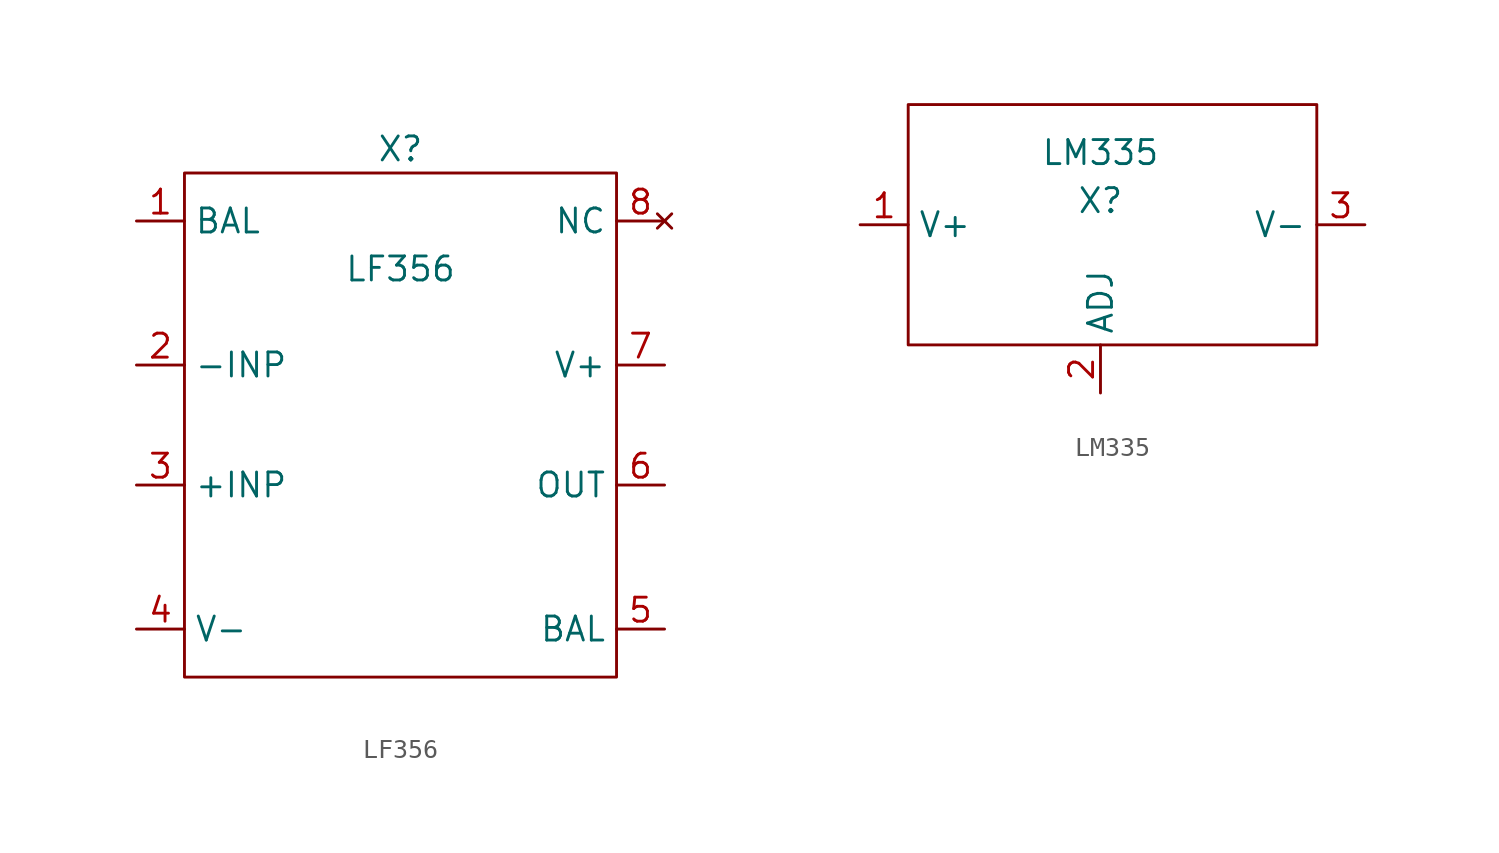
<source format=kicad_sym>
(kicad_symbol_lib
  (version 20211014)
  (generator kicad_symbol_editor)
  (symbol "LF356"
    (property "Reference" "X"
      (at 0 11.43 0)
      (effects (font (size 1.27 1.27))))
    (property "Value" "LF356"
      (at 0 5.08 0)
      (effects (font (size 1.27 1.27))))
    (symbol "LF356_0_1"
      (rectangle (start -11.43 10.16) (end 11.43 -16.51) (stroke (width 0) (type default) (color 0 0 0 0)) (fill (type none))))
    (symbol "LF356_1_1"
      (pin passive line (at -13.97 7.62 0) (length 2.54) (name "BAL" (effects (font (size 1.27 1.27)))) (number "1" (effects (font (size 1.27 1.27)))))
      (pin input line (at -13.97 0 0) (length 2.54) (name "-INP" (effects (font (size 1.27 1.27)))) (number "2" (effects (font (size 1.27 1.27)))))
      (pin input line (at -13.97 -6.35 0) (length 2.54) (name "+INP" (effects (font (size 1.27 1.27)))) (number "3" (effects (font (size 1.27 1.27)))))
      (pin power_in line (at -13.97 -13.97 0) (length 2.54) (name "V-" (effects (font (size 1.27 1.27)))) (number "4" (effects (font (size 1.27 1.27)))))
      (pin passive line (at 13.97 -13.97 180) (length 2.54) (name "BAL" (effects (font (size 1.27 1.27)))) (number "5" (effects (font (size 1.27 1.27)))))
      (pin output line (at 13.97 -6.35 180) (length 2.54) (name "OUT" (effects (font (size 1.27 1.27)))) (number "6" (effects (font (size 1.27 1.27)))))
      (pin power_in line (at 13.97 0 180) (length 2.54) (name "V+" (effects (font (size 1.27 1.27)))) (number "7" (effects (font (size 1.27 1.27)))))
      (pin no_connect line (at 13.97 7.62 180) (length 2.54) (name "NC" (effects (font (size 1.27 1.27)))) (number "8" (effects (font (size 1.27 1.27)))))))
  (symbol "LM335"
    (property "Reference" "X"
      (at 0 0 0)
      (effects (font (size 1.27 1.27))))
    (property "Value" "LM335"
      (at 0 2.54 0)
      (effects (font (size 1.27 1.27))))
    (symbol "LM335_0_1"
      (rectangle (start -10.16 5.08) (end 11.43 -7.62) (stroke (width 0) (type default) (color 0 0 0 0)) (fill (type none))))
    (symbol "LM335_1_1"
      (pin power_in line (at -12.7 -1.27 0) (length 2.54) (name "V+" (effects (font (size 1.27 1.27)))) (number "1" (effects (font (size 1.27 1.27)))))
      (pin passive line (at 0 -10.16 90) (length 2.54) (name "ADJ" (effects (font (size 1.27 1.27)))) (number "2" (effects (font (size 1.27 1.27)))))
      (pin passive line (at 13.97 -1.27 180) (length 2.54) (name "V-" (effects (font (size 1.27 1.27)))) (number "3" (effects (font (size 1.27 1.27))))))))
</source>
